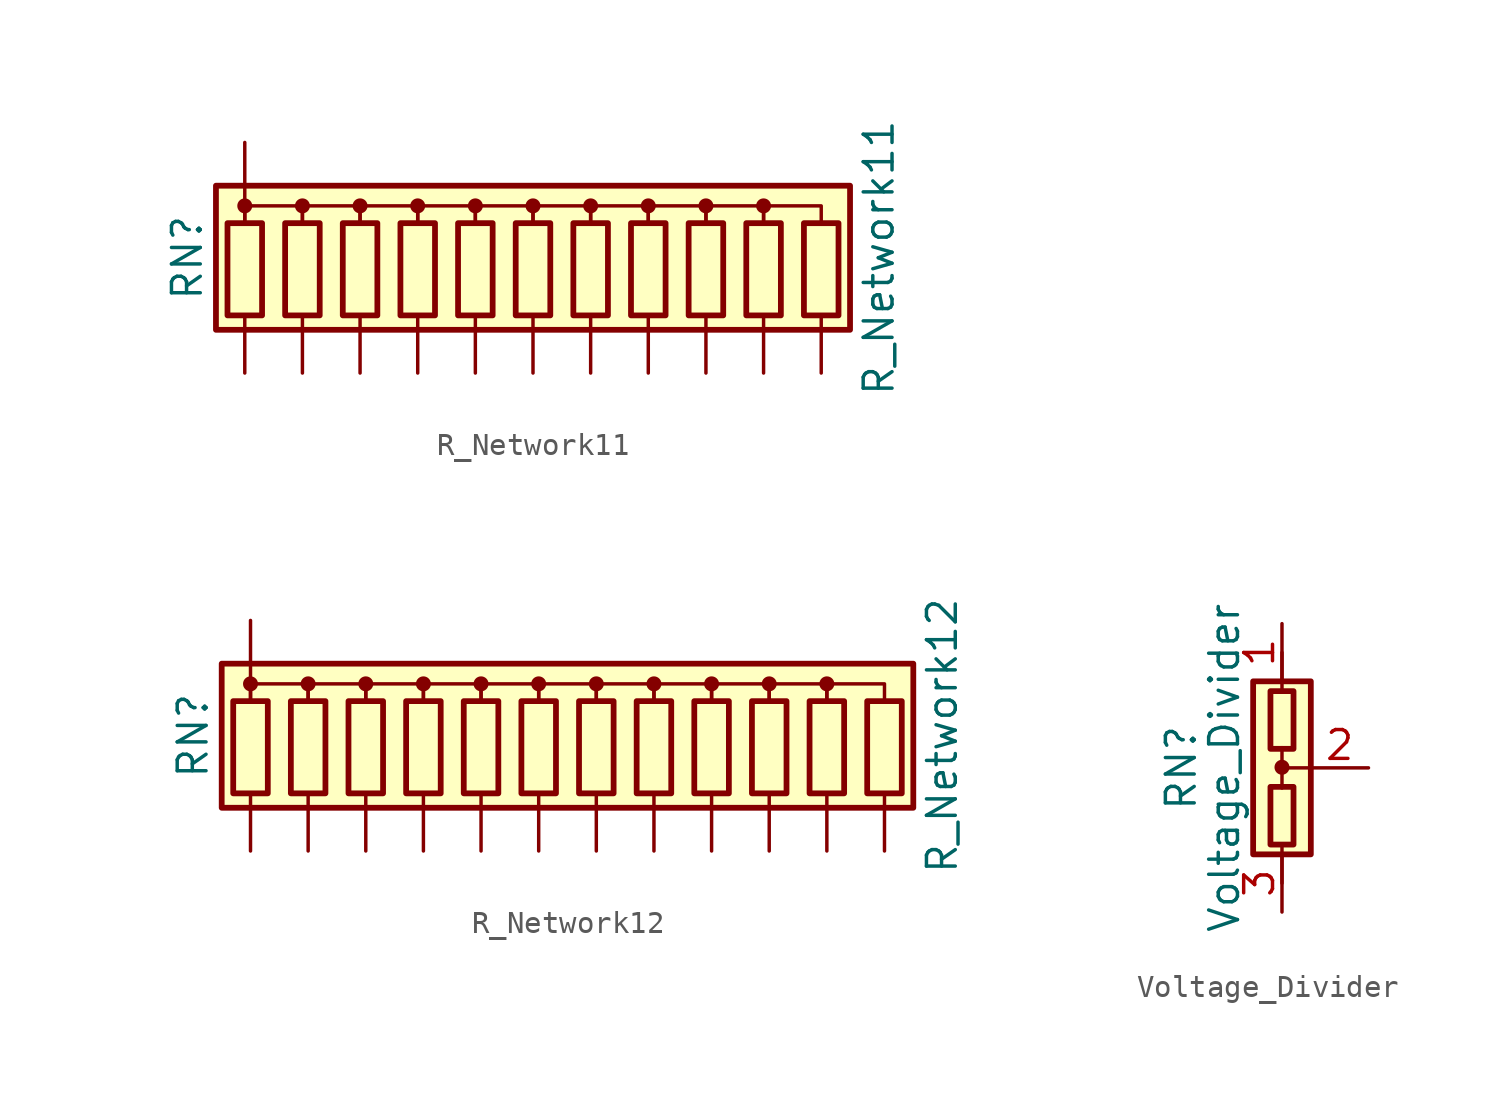
<source format=kicad_sym>
(kicad_symbol_lib
  (version 20211014)
  (generator kicad_symbol_editor)
  (symbol "R_Network11"
    (pin_numbers hide)
    (pin_names
      (offset 0) hide)
    (property "Reference" "RN"
      (at -15.24 0 90)
      (effects (font (size 1.27 1.27))))
    (property "Value" "R_Network11"
      (at 15.24 0 90)
      (effects (font (size 1.27 1.27))))
    (symbol "R_Network11_0_1"
      (rectangle (start -13.97 -3.175) (end 13.97 3.175) (stroke (width 0.254) (type default) (color 0 0 0 0)) (fill (type background)))
      (rectangle (start -13.462 1.524) (end -11.938 -2.54) (stroke (width 0.254) (type default) (color 0 0 0 0)) (fill (type none)))
      (circle (center -12.7 2.286) (radius 0.254) (stroke (width 0) (type default) (color 0 0 0 0)) (fill (type outline)))
      (rectangle (start -10.922 1.524) (end -9.398 -2.54) (stroke (width 0.254) (type default) (color 0 0 0 0)) (fill (type none)))
      (circle (center -10.16 2.286) (radius 0.254) (stroke (width 0) (type default) (color 0 0 0 0)) (fill (type outline)))
      (rectangle (start -8.382 1.524) (end -6.858 -2.54) (stroke (width 0.254) (type default) (color 0 0 0 0)) (fill (type none)))
      (circle (center -7.62 2.286) (radius 0.254) (stroke (width 0) (type default) (color 0 0 0 0)) (fill (type outline)))
      (rectangle (start -5.842 1.524) (end -4.318 -2.54) (stroke (width 0.254) (type default) (color 0 0 0 0)) (fill (type none)))
      (circle (center -5.08 2.286) (radius 0.254) (stroke (width 0) (type default) (color 0 0 0 0)) (fill (type outline)))
      (rectangle (start -3.302 1.524) (end -1.778 -2.54) (stroke (width 0.254) (type default) (color 0 0 0 0)) (fill (type none)))
      (circle (center -2.54 2.286) (radius 0.254) (stroke (width 0) (type default) (color 0 0 0 0)) (fill (type outline)))
      (rectangle (start -0.762 1.524) (end 0.762 -2.54) (stroke (width 0.254) (type default) (color 0 0 0 0)) (fill (type none)))
      (polyline (pts (xy -12.7 2.54) (xy -12.7 1.524)) (stroke (width 0) (type default) (color 0 0 0 0)) (fill (type none)))
      (polyline (pts (xy -12.7 1.524) (xy -12.7 2.286) (xy -10.16 2.286) (xy -10.16 1.524)) (stroke (width 0) (type default) (color 0 0 0 0)) (fill (type none)))
      (polyline (pts (xy -10.16 1.524) (xy -10.16 2.286) (xy -7.62 2.286) (xy -7.62 1.524)) (stroke (width 0) (type default) (color 0 0 0 0)) (fill (type none)))
      (polyline (pts (xy -7.62 1.524) (xy -7.62 2.286) (xy -5.08 2.286) (xy -5.08 1.524)) (stroke (width 0) (type default) (color 0 0 0 0)) (fill (type none)))
      (polyline (pts (xy -5.08 1.524) (xy -5.08 2.286) (xy -2.54 2.286) (xy -2.54 1.524)) (stroke (width 0) (type default) (color 0 0 0 0)) (fill (type none)))
      (polyline (pts (xy -2.54 1.524) (xy -2.54 2.286) (xy 0 2.286) (xy 0 1.524)) (stroke (width 0) (type default) (color 0 0 0 0)) (fill (type none)))
      (polyline (pts (xy 0 1.524) (xy 0 2.286) (xy 2.54 2.286) (xy 2.54 1.524)) (stroke (width 0) (type default) (color 0 0 0 0)) (fill (type none)))
      (polyline (pts (xy 2.54 1.524) (xy 2.54 2.286) (xy 5.08 2.286) (xy 5.08 1.524)) (stroke (width 0) (type default) (color 0 0 0 0)) (fill (type none)))
      (polyline (pts (xy 5.08 1.524) (xy 5.08 2.286) (xy 7.62 2.286) (xy 7.62 1.524)) (stroke (width 0) (type default) (color 0 0 0 0)) (fill (type none)))
      (polyline (pts (xy 7.62 1.524) (xy 7.62 2.286) (xy 10.16 2.286) (xy 10.16 1.524)) (stroke (width 0) (type default) (color 0 0 0 0)) (fill (type none)))
      (polyline (pts (xy 10.16 1.524) (xy 10.16 2.286) (xy 12.7 2.286) (xy 12.7 1.524)) (stroke (width 0) (type default) (color 0 0 0 0)) (fill (type none)))
      (circle (center 0 2.286) (radius 0.254) (stroke (width 0) (type default) (color 0 0 0 0)) (fill (type outline)))
      (rectangle (start 1.778 1.524) (end 3.302 -2.54) (stroke (width 0.254) (type default) (color 0 0 0 0)) (fill (type none)))
      (circle (center 2.54 2.286) (radius 0.254) (stroke (width 0) (type default) (color 0 0 0 0)) (fill (type outline)))
      (rectangle (start 4.318 1.524) (end 5.842 -2.54) (stroke (width 0.254) (type default) (color 0 0 0 0)) (fill (type none)))
      (circle (center 5.08 2.286) (radius 0.254) (stroke (width 0) (type default) (color 0 0 0 0)) (fill (type outline)))
      (rectangle (start 6.858 1.524) (end 8.382 -2.54) (stroke (width 0.254) (type default) (color 0 0 0 0)) (fill (type none)))
      (circle (center 7.62 2.286) (radius 0.254) (stroke (width 0) (type default) (color 0 0 0 0)) (fill (type outline)))
      (rectangle (start 9.398 1.524) (end 10.922 -2.54) (stroke (width 0.254) (type default) (color 0 0 0 0)) (fill (type none)))
      (circle (center 10.16 2.286) (radius 0.254) (stroke (width 0) (type default) (color 0 0 0 0)) (fill (type outline)))
      (rectangle (start 11.938 1.524) (end 13.462 -2.54) (stroke (width 0.254) (type default) (color 0 0 0 0)) (fill (type none))))
    (symbol "R_Network11_1_1"
      (pin passive line (at -12.7 5.08 270) (length 2.54) (name "common" (effects (font (size 1.27 1.27)))) (number "1" (effects (font (size 1.27 1.27)))))
      (pin passive line (at 7.62 -5.08 90) (length 2.54) (name "R9" (effects (font (size 1.27 1.27)))) (number "10" (effects (font (size 1.27 1.27)))))
      (pin passive line (at 10.16 -5.08 90) (length 2.54) (name "R10" (effects (font (size 1.27 1.27)))) (number "11" (effects (font (size 1.27 1.27)))))
      (pin passive line (at 12.7 -5.08 90) (length 2.54) (name "R11" (effects (font (size 1.27 1.27)))) (number "12" (effects (font (size 1.27 1.27)))))
      (pin passive line (at -12.7 -5.08 90) (length 2.54) (name "R1" (effects (font (size 1.27 1.27)))) (number "2" (effects (font (size 1.27 1.27)))))
      (pin passive line (at -10.16 -5.08 90) (length 2.54) (name "R2" (effects (font (size 1.27 1.27)))) (number "3" (effects (font (size 1.27 1.27)))))
      (pin passive line (at -7.62 -5.08 90) (length 2.54) (name "R3" (effects (font (size 1.27 1.27)))) (number "4" (effects (font (size 1.27 1.27)))))
      (pin passive line (at -5.08 -5.08 90) (length 2.54) (name "R4" (effects (font (size 1.27 1.27)))) (number "5" (effects (font (size 1.27 1.27)))))
      (pin passive line (at -2.54 -5.08 90) (length 2.54) (name "R5" (effects (font (size 1.27 1.27)))) (number "6" (effects (font (size 1.27 1.27)))))
      (pin passive line (at 0 -5.08 90) (length 2.54) (name "R6" (effects (font (size 1.27 1.27)))) (number "7" (effects (font (size 1.27 1.27)))))
      (pin passive line (at 2.54 -5.08 90) (length 2.54) (name "R7" (effects (font (size 1.27 1.27)))) (number "8" (effects (font (size 1.27 1.27)))))
      (pin passive line (at 5.08 -5.08 90) (length 2.54) (name "R8" (effects (font (size 1.27 1.27)))) (number "9" (effects (font (size 1.27 1.27)))))))
  (symbol "R_Network12"
    (pin_numbers hide)
    (pin_names
      (offset 0) hide)
    (property "Reference" "RN"
      (at -17.78 0 90)
      (effects (font (size 1.27 1.27))))
    (property "Value" "R_Network12"
      (at 15.24 0 90)
      (effects (font (size 1.27 1.27))))
    (symbol "R_Network12_0_1"
      (rectangle (start -16.51 -3.175) (end 13.97 3.175) (stroke (width 0.254) (type default) (color 0 0 0 0)) (fill (type background)))
      (rectangle (start -16.002 1.524) (end -14.478 -2.54) (stroke (width 0.254) (type default) (color 0 0 0 0)) (fill (type none)))
      (circle (center -15.24 2.286) (radius 0.254) (stroke (width 0) (type default) (color 0 0 0 0)) (fill (type outline)))
      (rectangle (start -13.462 1.524) (end -11.938 -2.54) (stroke (width 0.254) (type default) (color 0 0 0 0)) (fill (type none)))
      (circle (center -12.7 2.286) (radius 0.254) (stroke (width 0) (type default) (color 0 0 0 0)) (fill (type outline)))
      (rectangle (start -10.922 1.524) (end -9.398 -2.54) (stroke (width 0.254) (type default) (color 0 0 0 0)) (fill (type none)))
      (circle (center -10.16 2.286) (radius 0.254) (stroke (width 0) (type default) (color 0 0 0 0)) (fill (type outline)))
      (rectangle (start -8.382 1.524) (end -6.858 -2.54) (stroke (width 0.254) (type default) (color 0 0 0 0)) (fill (type none)))
      (circle (center -7.62 2.286) (radius 0.254) (stroke (width 0) (type default) (color 0 0 0 0)) (fill (type outline)))
      (rectangle (start -5.842 1.524) (end -4.318 -2.54) (stroke (width 0.254) (type default) (color 0 0 0 0)) (fill (type none)))
      (circle (center -5.08 2.286) (radius 0.254) (stroke (width 0) (type default) (color 0 0 0 0)) (fill (type outline)))
      (rectangle (start -3.302 1.524) (end -1.778 -2.54) (stroke (width 0.254) (type default) (color 0 0 0 0)) (fill (type none)))
      (circle (center -2.54 2.286) (radius 0.254) (stroke (width 0) (type default) (color 0 0 0 0)) (fill (type outline)))
      (rectangle (start -0.762 1.524) (end 0.762 -2.54) (stroke (width 0.254) (type default) (color 0 0 0 0)) (fill (type none)))
      (polyline (pts (xy -15.24 2.54) (xy -15.24 1.524)) (stroke (width 0) (type default) (color 0 0 0 0)) (fill (type none)))
      (polyline (pts (xy -15.24 1.524) (xy -15.24 2.286) (xy -12.7 2.286) (xy -12.7 1.524)) (stroke (width 0) (type default) (color 0 0 0 0)) (fill (type none)))
      (polyline (pts (xy -12.7 1.524) (xy -12.7 2.286) (xy -10.16 2.286) (xy -10.16 1.524)) (stroke (width 0) (type default) (color 0 0 0 0)) (fill (type none)))
      (polyline (pts (xy -10.16 1.524) (xy -10.16 2.286) (xy -7.62 2.286) (xy -7.62 1.524)) (stroke (width 0) (type default) (color 0 0 0 0)) (fill (type none)))
      (polyline (pts (xy -7.62 1.524) (xy -7.62 2.286) (xy -5.08 2.286) (xy -5.08 1.524)) (stroke (width 0) (type default) (color 0 0 0 0)) (fill (type none)))
      (polyline (pts (xy -5.08 1.524) (xy -5.08 2.286) (xy -2.54 2.286) (xy -2.54 1.524)) (stroke (width 0) (type default) (color 0 0 0 0)) (fill (type none)))
      (polyline (pts (xy -2.54 1.524) (xy -2.54 2.286) (xy 0 2.286) (xy 0 1.524)) (stroke (width 0) (type default) (color 0 0 0 0)) (fill (type none)))
      (polyline (pts (xy 0 1.524) (xy 0 2.286) (xy 2.54 2.286) (xy 2.54 1.524)) (stroke (width 0) (type default) (color 0 0 0 0)) (fill (type none)))
      (polyline (pts (xy 2.54 1.524) (xy 2.54 2.286) (xy 5.08 2.286) (xy 5.08 1.524)) (stroke (width 0) (type default) (color 0 0 0 0)) (fill (type none)))
      (polyline (pts (xy 5.08 1.524) (xy 5.08 2.286) (xy 7.62 2.286) (xy 7.62 1.524)) (stroke (width 0) (type default) (color 0 0 0 0)) (fill (type none)))
      (polyline (pts (xy 7.62 1.524) (xy 7.62 2.286) (xy 10.16 2.286) (xy 10.16 1.524)) (stroke (width 0) (type default) (color 0 0 0 0)) (fill (type none)))
      (polyline (pts (xy 10.16 1.524) (xy 10.16 2.286) (xy 12.7 2.286) (xy 12.7 1.524)) (stroke (width 0) (type default) (color 0 0 0 0)) (fill (type none)))
      (circle (center 0 2.286) (radius 0.254) (stroke (width 0) (type default) (color 0 0 0 0)) (fill (type outline)))
      (rectangle (start 1.778 1.524) (end 3.302 -2.54) (stroke (width 0.254) (type default) (color 0 0 0 0)) (fill (type none)))
      (circle (center 2.54 2.286) (radius 0.254) (stroke (width 0) (type default) (color 0 0 0 0)) (fill (type outline)))
      (rectangle (start 4.318 1.524) (end 5.842 -2.54) (stroke (width 0.254) (type default) (color 0 0 0 0)) (fill (type none)))
      (circle (center 5.08 2.286) (radius 0.254) (stroke (width 0) (type default) (color 0 0 0 0)) (fill (type outline)))
      (rectangle (start 6.858 1.524) (end 8.382 -2.54) (stroke (width 0.254) (type default) (color 0 0 0 0)) (fill (type none)))
      (circle (center 7.62 2.286) (radius 0.254) (stroke (width 0) (type default) (color 0 0 0 0)) (fill (type outline)))
      (rectangle (start 9.398 1.524) (end 10.922 -2.54) (stroke (width 0.254) (type default) (color 0 0 0 0)) (fill (type none)))
      (circle (center 10.16 2.286) (radius 0.254) (stroke (width 0) (type default) (color 0 0 0 0)) (fill (type outline)))
      (rectangle (start 11.938 1.524) (end 13.462 -2.54) (stroke (width 0.254) (type default) (color 0 0 0 0)) (fill (type none))))
    (symbol "R_Network12_1_1"
      (pin passive line (at -15.24 5.08 270) (length 2.54) (name "common" (effects (font (size 1.27 1.27)))) (number "1" (effects (font (size 1.27 1.27)))))
      (pin passive line (at 5.08 -5.08 90) (length 2.54) (name "R9" (effects (font (size 1.27 1.27)))) (number "10" (effects (font (size 1.27 1.27)))))
      (pin passive line (at 7.62 -5.08 90) (length 2.54) (name "R10" (effects (font (size 1.27 1.27)))) (number "11" (effects (font (size 1.27 1.27)))))
      (pin passive line (at 10.16 -5.08 90) (length 2.54) (name "R11" (effects (font (size 1.27 1.27)))) (number "12" (effects (font (size 1.27 1.27)))))
      (pin passive line (at 12.7 -5.08 90) (length 2.54) (name "R12" (effects (font (size 1.27 1.27)))) (number "13" (effects (font (size 1.27 1.27)))))
      (pin passive line (at -15.24 -5.08 90) (length 2.54) (name "R1" (effects (font (size 1.27 1.27)))) (number "2" (effects (font (size 1.27 1.27)))))
      (pin passive line (at -12.7 -5.08 90) (length 2.54) (name "R2" (effects (font (size 1.27 1.27)))) (number "3" (effects (font (size 1.27 1.27)))))
      (pin passive line (at -10.16 -5.08 90) (length 2.54) (name "R3" (effects (font (size 1.27 1.27)))) (number "4" (effects (font (size 1.27 1.27)))))
      (pin passive line (at -7.62 -5.08 90) (length 2.54) (name "R4" (effects (font (size 1.27 1.27)))) (number "5" (effects (font (size 1.27 1.27)))))
      (pin passive line (at -5.08 -5.08 90) (length 2.54) (name "R5" (effects (font (size 1.27 1.27)))) (number "6" (effects (font (size 1.27 1.27)))))
      (pin passive line (at -2.54 -5.08 90) (length 2.54) (name "R6" (effects (font (size 1.27 1.27)))) (number "7" (effects (font (size 1.27 1.27)))))
      (pin passive line (at 0 -5.08 90) (length 2.54) (name "R7" (effects (font (size 1.27 1.27)))) (number "8" (effects (font (size 1.27 1.27)))))
      (pin passive line (at 2.54 -5.08 90) (length 2.54) (name "R8" (effects (font (size 1.27 1.27)))) (number "9" (effects (font (size 1.27 1.27)))))))
  (symbol "Voltage_Divider"
    (pin_names
      (offset 0) hide)
    (property "Reference" "RN"
      (at -4.445 0 90)
      (effects (font (size 1.27 1.27))))
    (property "Value" "Voltage_Divider"
      (at -2.54 0 90)
      (effects (font (size 1.27 1.27))))
    (symbol "Voltage_Divider_0_1"
      (rectangle (start -1.27 -3.81) (end 1.27 3.81) (stroke (width 0.254) (type default) (color 0 0 0 0)) (fill (type background)))
      (rectangle (start -0.508 -3.378) (end 0.508 -0.838) (stroke (width 0.254) (type default) (color 0 0 0 0)) (fill (type none)))
      (rectangle (start -0.508 3.378) (end 0.508 0.838) (stroke (width 0.254) (type default) (color 0 0 0 0)) (fill (type none)))
      (polyline (pts (xy 0 -5.08) (xy 0 -3.429)) (stroke (width 0) (type default) (color 0 0 0 0)) (fill (type none)))
      (polyline (pts (xy 0 0.889) (xy 0 -0.889)) (stroke (width 0) (type default) (color 0 0 0 0)) (fill (type none)))
      (polyline (pts (xy 0 5.08) (xy 0 3.378)) (stroke (width 0) (type default) (color 0 0 0 0)) (fill (type none)))
      (polyline (pts (xy 1.27 0) (xy 0 0)) (stroke (width 0) (type default) (color 0 0 0 0)) (fill (type none)))
      (circle (center 0 0.025) (radius 0.254) (stroke (width 0) (type default) (color 0 0 0 0)) (fill (type outline))))
    (symbol "Voltage_Divider_1_1"
      (pin passive line (at 0 6.35 270) (length 2.54) (name "~" (effects (font (size 1.27 1.27)))) (number "1" (effects (font (size 1.27 1.27)))))
      (pin passive line (at 3.81 0 180) (length 2.54) (name "~" (effects (font (size 1.27 1.27)))) (number "2" (effects (font (size 1.27 1.27)))))
      (pin passive line (at 0 -6.35 90) (length 2.54) (name "~" (effects (font (size 1.27 1.27)))) (number "3" (effects (font (size 1.27 1.27))))))))
</source>
